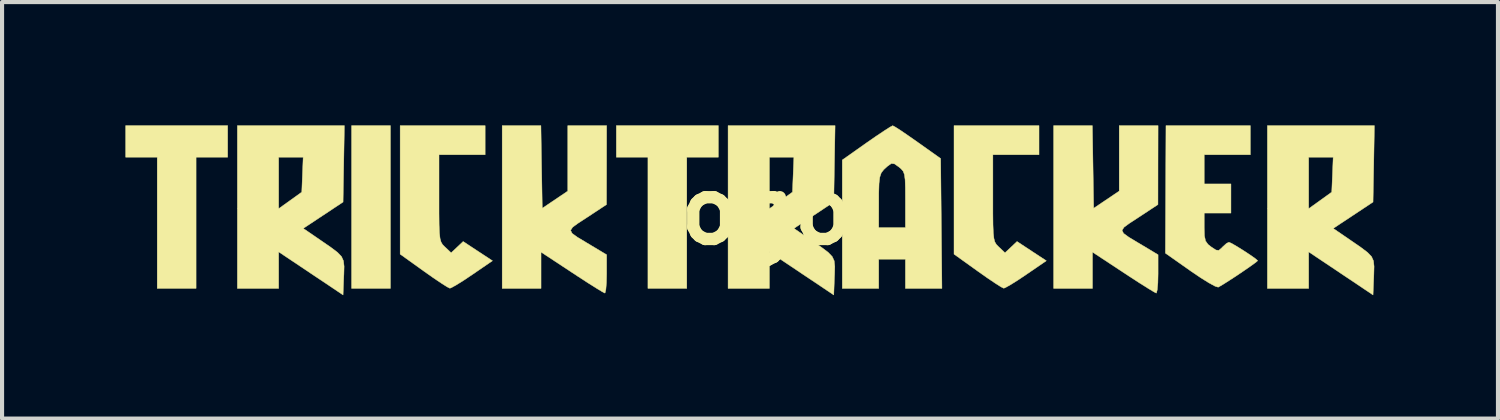
<source format=kicad_pcb>
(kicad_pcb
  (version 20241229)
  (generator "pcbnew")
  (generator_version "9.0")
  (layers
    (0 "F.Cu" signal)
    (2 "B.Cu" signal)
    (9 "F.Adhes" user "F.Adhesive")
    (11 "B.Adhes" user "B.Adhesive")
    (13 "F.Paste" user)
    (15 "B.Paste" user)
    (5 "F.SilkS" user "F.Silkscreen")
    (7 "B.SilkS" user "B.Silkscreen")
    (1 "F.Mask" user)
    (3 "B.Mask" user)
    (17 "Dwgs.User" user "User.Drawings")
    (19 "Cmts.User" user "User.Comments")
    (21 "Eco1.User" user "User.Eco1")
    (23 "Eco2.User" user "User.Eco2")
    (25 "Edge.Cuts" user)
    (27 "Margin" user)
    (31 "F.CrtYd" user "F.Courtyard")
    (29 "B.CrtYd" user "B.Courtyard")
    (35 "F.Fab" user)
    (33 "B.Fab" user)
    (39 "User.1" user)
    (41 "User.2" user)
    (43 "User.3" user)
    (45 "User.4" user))
  (footprint "logo"
    (layer "F.Cu")
    (at 15.186 2.072)
    (property "Reference" "logo" (at 0 0 0) (layer "F.SilkS") (effects (font (size 1.524 1.524) (thickness 0.3))))
    (attr through_hole)
    (fp_poly (pts (xy -8.742 1.89) (xy -9.687 1.89) (xy -9.687 -2.067) (xy -8.742 -2.067) (xy -8.742 1.89)) (stroke (width 0.01) (type solid)) (fill yes) (layer "F.SilkS"))
    (fp_poly (pts (xy -12.7 -1.3) (xy -13.468 -1.3) (xy -13.468 1.89) (xy -14.413 1.89) (xy -14.413 -1.3) (xy -15.181 -1.3) (xy -15.181 -2.067) (xy -12.7 -2.067) (xy -12.7 -1.3)) (stroke (width 0.01) (type solid)) (fill yes) (layer "F.SilkS"))
    (fp_poly (pts (xy -0.768 -1.3) (xy -1.536 -1.3) (xy -1.536 1.89) (xy -2.481 1.89) (xy -2.481 -1.3) (xy -3.249 -1.3) (xy -3.249 -2.067) (xy -0.768 -2.067) (xy -0.768 -1.3)) (stroke (width 0.01) (type solid)) (fill yes) (layer "F.SilkS"))
    (fp_poly (pts (xy -9.894 -0.209) (xy -10.378 0.112) (xy -10.862 0.432) (xy -10.437 0.723) (xy -10.193 0.891) (xy -10.03 1.014) (xy -9.932 1.116) (xy -9.884 1.222) (xy -9.869 1.357) (xy -9.874 1.544) (xy -9.877 1.606) (xy -9.894 2.05) (xy -10.677 1.526) (xy -11.46 1.002) (xy -11.46 1.89) (xy -12.464 1.89) (xy -12.464 -1.3) (xy -11.46 -1.3) (xy -11.46 -0.048) (xy -11.179 -0.249) (xy -10.898 -0.451) (xy -10.881 -0.875) (xy -10.864 -1.3) (xy -11.46 -1.3) (xy -12.464 -1.3) (xy -12.464 -2.067) (xy -9.862 -2.067) (xy -9.894 -0.209)) (stroke (width 0.01) (type solid)) (fill yes) (layer "F.SilkS"))
    (fp_poly (pts (xy -6.439 -1.359) (xy -7.561 -1.359) (xy -7.561 -0.306) (xy -7.561 0.07) (xy -7.558 0.347) (xy -7.55 0.542) (xy -7.536 0.673) (xy -7.512 0.76) (xy -7.478 0.82) (xy -7.429 0.871) (xy -7.413 0.886) (xy -7.266 1.025) (xy -7.12 0.888) (xy -6.974 0.75) (xy -6.617 0.985) (xy -6.261 1.219) (xy -6.75 1.554) (xy -6.962 1.696) (xy -7.14 1.807) (xy -7.261 1.874) (xy -7.297 1.887) (xy -7.365 1.853) (xy -7.507 1.763) (xy -7.703 1.631) (xy -7.93 1.471) (xy -8.506 1.058) (xy -8.506 -2.067) (xy -6.439 -2.067) (xy -6.439 -1.359)) (stroke (width 0.01) (type solid)) (fill yes) (layer "F.SilkS"))
    (fp_poly (pts (xy 2.054 -1.138) (xy 2.038 -0.209) (xy 1.554 0.112) (xy 1.07 0.432) (xy 1.495 0.723) (xy 1.739 0.891) (xy 1.902 1.014) (xy 2 1.116) (xy 2.049 1.222) (xy 2.063 1.357) (xy 2.058 1.544) (xy 2.055 1.606) (xy 2.038 2.05) (xy 1.255 1.526) (xy 0.473 1.002) (xy 0.473 1.89) (xy -0.532 1.89) (xy -0.532 -1.3) (xy 0.473 -1.3) (xy 0.473 -0.048) (xy 0.753 -0.249) (xy 1.034 -0.451) (xy 1.051 -0.875) (xy 1.068 -1.3) (xy 0.473 -1.3) (xy -0.532 -1.3) (xy -0.532 -2.067) (xy 2.07 -2.067) (xy 2.054 -1.138)) (stroke (width 0.01) (type solid)) (fill yes) (layer "F.SilkS"))
    (fp_poly (pts (xy 7.029 -1.359) (xy 5.907 -1.359) (xy 5.907 -0.306) (xy 5.907 0.07) (xy 5.91 0.347) (xy 5.918 0.542) (xy 5.932 0.673) (xy 5.955 0.76) (xy 5.99 0.82) (xy 6.039 0.871) (xy 6.055 0.886) (xy 6.202 1.025) (xy 6.348 0.888) (xy 6.494 0.75) (xy 6.851 0.985) (xy 7.207 1.219) (xy 6.718 1.554) (xy 6.506 1.696) (xy 6.328 1.807) (xy 6.207 1.874) (xy 6.171 1.887) (xy 6.103 1.853) (xy 5.961 1.763) (xy 5.765 1.631) (xy 5.538 1.471) (xy 4.962 1.058) (xy 4.962 -2.067) (xy 7.029 -2.067) (xy 7.029 -1.359)) (stroke (width 0.01) (type solid)) (fill yes) (layer "F.SilkS"))
    (fp_poly (pts (xy 15.168 -1.138) (xy 15.151 -0.209) (xy 14.667 0.112) (xy 14.183 0.432) (xy 14.608 0.723) (xy 14.852 0.891) (xy 15.015 1.014) (xy 15.114 1.116) (xy 15.162 1.222) (xy 15.176 1.357) (xy 15.171 1.544) (xy 15.169 1.606) (xy 15.151 2.05) (xy 14.369 1.526) (xy 13.586 1.002) (xy 13.586 1.89) (xy 12.582 1.89) (xy 12.582 -1.3) (xy 13.586 -1.3) (xy 13.586 -0.048) (xy 13.867 -0.249) (xy 14.147 -0.451) (xy 14.165 -0.875) (xy 14.182 -1.3) (xy 13.586 -1.3) (xy 12.582 -1.3) (xy 12.582 -2.067) (xy 15.184 -2.067) (xy 15.168 -1.138)) (stroke (width 0.01) (type solid)) (fill yes) (layer "F.SilkS"))
    (fp_poly (pts (xy -5.067 -1.063) (xy -5.05 -0.058) (xy -4.43 -0.476) (xy -4.43 -2.067) (xy -3.485 -2.067) (xy -3.486 -1.108) (xy -3.488 -0.148) (xy -3.966 0.167) (xy -4.178 0.305) (xy -4.311 0.402) (xy -4.361 0.478) (xy -4.325 0.552) (xy -4.199 0.644) (xy -3.981 0.775) (xy -3.854 0.851) (xy -3.485 1.072) (xy -3.485 1.54) (xy -3.49 1.758) (xy -3.504 1.921) (xy -3.523 2.001) (xy -3.529 2.005) (xy -3.592 1.972) (xy -3.734 1.886) (xy -3.939 1.757) (xy -4.187 1.596) (xy -4.327 1.504) (xy -5.08 1.008) (xy -5.08 1.89) (xy -6.025 1.89) (xy -6.025 -2.067) (xy -5.083 -2.067) (xy -5.067 -1.063)) (stroke (width 0.01) (type solid)) (fill yes) (layer "F.SilkS"))
    (fp_poly (pts (xy 8.342 -1.063) (xy 8.358 -0.058) (xy 8.979 -0.476) (xy 8.979 -2.067) (xy 9.924 -2.067) (xy 9.922 -1.108) (xy 9.921 -0.148) (xy 9.443 0.167) (xy 9.231 0.305) (xy 9.098 0.402) (xy 9.048 0.478) (xy 9.084 0.552) (xy 9.21 0.644) (xy 9.427 0.775) (xy 9.555 0.851) (xy 9.924 1.072) (xy 9.924 1.54) (xy 9.919 1.758) (xy 9.905 1.921) (xy 9.885 2.001) (xy 9.879 2.005) (xy 9.817 1.972) (xy 9.675 1.886) (xy 9.47 1.757) (xy 9.222 1.596) (xy 9.082 1.504) (xy 8.329 1.008) (xy 8.329 1.89) (xy 7.384 1.89) (xy 7.384 -2.067) (xy 8.326 -2.067) (xy 8.342 -1.063)) (stroke (width 0.01) (type solid)) (fill yes) (layer "F.SilkS"))
    (fp_poly (pts (xy 12.168 -1.359) (xy 11.046 -1.359) (xy 11.046 -0.65) (xy 11.696 -0.65) (xy 11.696 0.059) (xy 11.046 0.059) (xy 11.046 0.409) (xy 11.052 0.612) (xy 11.078 0.736) (xy 11.139 0.821) (xy 11.215 0.881) (xy 11.332 0.958) (xy 11.4 0.966) (xy 11.469 0.908) (xy 11.49 0.885) (xy 11.587 0.797) (xy 11.647 0.768) (xy 11.714 0.797) (xy 11.843 0.872) (xy 12.002 0.971) (xy 12.16 1.075) (xy 12.284 1.162) (xy 12.344 1.214) (xy 12.346 1.217) (xy 12.3 1.258) (xy 12.181 1.344) (xy 12.015 1.459) (xy 11.827 1.586) (xy 11.644 1.705) (xy 11.492 1.801) (xy 11.397 1.856) (xy 11.386 1.861) (xy 11.312 1.839) (xy 11.163 1.758) (xy 10.962 1.633) (xy 10.728 1.475) (xy 10.707 1.46) (xy 10.102 1.034) (xy 10.116 -2.067) (xy 12.168 -2.067) (xy 12.168 -1.359)) (stroke (width 0.01) (type solid)) (fill yes) (layer "F.SilkS"))
    (fp_poly (pts (xy 3.534 -2.033) (xy 3.672 -1.945) (xy 3.863 -1.814) (xy 4.076 -1.665) (xy 4.637 -1.267) (xy 4.653 0.312) (xy 4.668 1.89) (xy 3.78 1.89) (xy 3.78 1.181) (xy 3.131 1.181) (xy 3.131 1.89) (xy 2.245 1.89) (xy 2.245 0.413) (xy 3.131 0.413) (xy 3.78 0.413) (xy 3.78 -0.262) (xy 3.779 -0.553) (xy 3.773 -0.751) (xy 3.756 -0.878) (xy 3.725 -0.959) (xy 3.674 -1.018) (xy 3.624 -1.06) (xy 3.512 -1.139) (xy 3.437 -1.146) (xy 3.348 -1.083) (xy 3.343 -1.079) (xy 3.253 -0.997) (xy 3.192 -0.917) (xy 3.157 -0.813) (xy 3.139 -0.659) (xy 3.132 -0.43) (xy 3.132 -0.222) (xy 3.131 0.413) (xy 2.245 0.413) (xy 2.245 -1.232) (xy 2.837 -1.65) (xy 3.068 -1.81) (xy 3.264 -1.941) (xy 3.405 -2.031) (xy 3.471 -2.066) (xy 3.472 -2.066) (xy 3.534 -2.033)) (stroke (width 0.01) (type solid)) (fill yes) (layer "F.SilkS")))
  (gr_rect
    (start -3 -3)
    (end 33.375 7.128)
    (stroke (width 0.1) (type default))
    (fill no)
    (layer "Edge.Cuts")))
</source>
